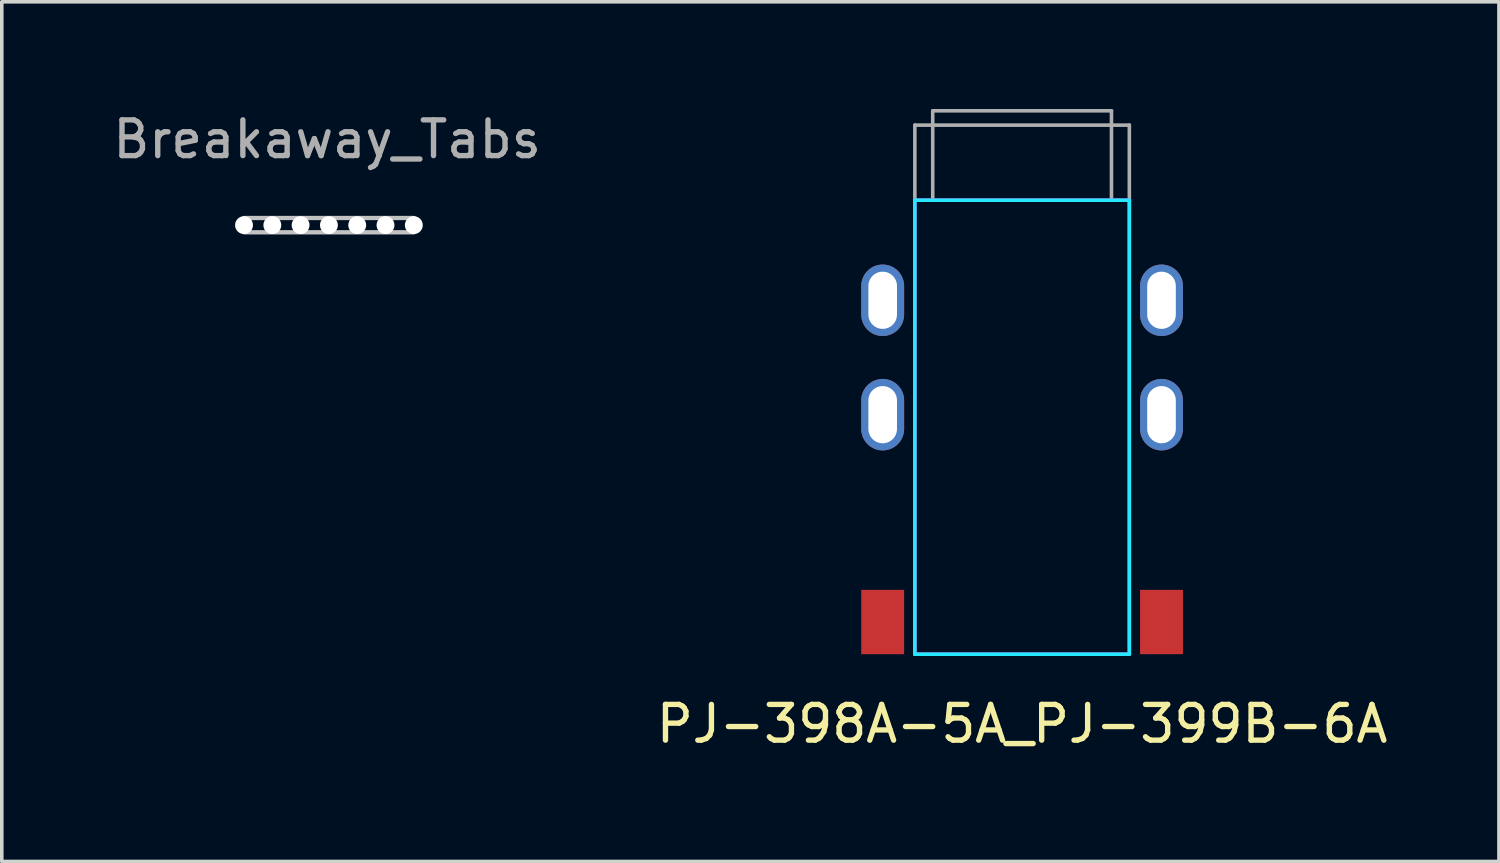
<source format=kicad_pcb>
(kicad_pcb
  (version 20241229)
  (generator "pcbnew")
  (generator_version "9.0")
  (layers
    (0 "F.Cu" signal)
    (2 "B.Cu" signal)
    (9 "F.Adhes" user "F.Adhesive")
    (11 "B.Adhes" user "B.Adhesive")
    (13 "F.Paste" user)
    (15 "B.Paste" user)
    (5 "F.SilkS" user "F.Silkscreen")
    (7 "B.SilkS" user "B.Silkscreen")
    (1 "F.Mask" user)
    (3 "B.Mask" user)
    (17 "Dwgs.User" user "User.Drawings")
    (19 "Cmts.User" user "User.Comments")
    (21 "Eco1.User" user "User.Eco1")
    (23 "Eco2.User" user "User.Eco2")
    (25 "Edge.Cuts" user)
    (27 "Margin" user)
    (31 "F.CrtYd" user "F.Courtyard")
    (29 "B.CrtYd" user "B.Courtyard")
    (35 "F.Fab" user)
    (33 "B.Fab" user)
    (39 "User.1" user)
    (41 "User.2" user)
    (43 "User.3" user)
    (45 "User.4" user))
  (footprint "PJ-398A-5A_PJ-399B-6A"
    (layer "F.Cu")
    (at 25.542 2.55)
    (property "Reference" "PJ-398A-5A_PJ-399B-6A" (at 0 14.65 0) (layer "F.SilkS") (effects (font (size 1 1) (thickness 0.15))))
    (attr through_hole)
    (fp_line (start -3 0) (end -3 12.7) (stroke (width 0.1) (type solid)) (layer "B.CrtYd"))
    (fp_line (start -3 0) (end 3 0) (stroke (width 0.1) (type solid)) (layer "B.CrtYd"))
    (fp_line (start -3 12.7) (end 3 12.7) (stroke (width 0.1) (type solid)) (layer "B.CrtYd"))
    (fp_line (start 3 0) (end 3 12.7) (stroke (width 0.1) (type solid)) (layer "B.CrtYd"))
    (fp_line (start -3 0) (end -3 12.7) (stroke (width 0.1) (type solid)) (layer "F.CrtYd"))
    (fp_line (start -3 0) (end 3 0) (stroke (width 0.1) (type solid)) (layer "F.CrtYd"))
    (fp_line (start -3 12.7) (end 3 12.7) (stroke (width 0.1) (type solid)) (layer "F.CrtYd"))
    (fp_line (start 3 0) (end 3 12.7) (stroke (width 0.1) (type solid)) (layer "F.CrtYd"))
    (fp_line (start -3 -2.1) (end 3 -2.1) (stroke (width 0.1) (type default)) (layer "F.Fab"))
    (fp_line (start -3 0) (end -3 -2.1) (stroke (width 0.1) (type default)) (layer "F.Fab"))
    (fp_line (start -2.5 -2.5) (end -2.5 0) (stroke (width 0.1) (type default)) (layer "F.Fab"))
    (fp_line (start -2.5 -2.5) (end 2.5 -2.5) (stroke (width 0.1) (type default)) (layer "F.Fab"))
    (fp_line (start 2.5 -2.5) (end 2.5 0) (stroke (width 0.1) (type default)) (layer "F.Fab"))
    (fp_line (start 3 0) (end 3 -2.1) (stroke (width 0.1) (type default)) (layer "F.Fab"))
    (pad "R" thru_hole oval (at -3.9 6) (size 1.2 2) (drill oval 0.8 1.6) (layers "*.Cu" "*.Mask"))
    (pad "R" thru_hole oval (at 3.9 6) (size 1.2 2) (drill oval 0.8 1.6) (layers "*.Cu" "*.Mask"))
    (pad "S" thru_hole oval (at -3.9 2.8) (size 1.2 2) (drill oval 0.8 1.6) (layers "*.Cu" "*.Mask"))
    (pad "S" thru_hole oval (at 3.9 2.8) (size 1.2 2) (drill oval 0.8 1.6) (layers "*.Cu" "*.Mask"))
    (pad "T" smd rect (at -3.9 11.8) (size 1.2 1.8) (layers "F.Cu" "F.Mask" "F.Paste"))
    (pad "T" smd rect (at 3.9 11.8) (size 1.2 1.8) (layers "F.Cu" "F.Mask" "F.Paste")))
  (footprint "Breakaway_Tabs"
    (layer "F.Cu")
    (at 6.151 3.248)
    (property "Reference" "Breakaway_Tabs" (at -0.05 -2.4 0) (layer "F.Fab") (effects (font (size 1 1) (thickness 0.15))))
    (attr through_hole)
    (fp_line (start -2.375 -0.2) (end 2.375 -0.2) (stroke (width 0.12) (type solid)) (layer "Dwgs.User"))
    (fp_line (start -2.375 0.2) (end 2.375 0.2) (stroke (width 0.12) (type solid)) (layer "Dwgs.User"))
    (pad "" np_thru_hole circle (at -2.375 0) (size 0.5 0.5) (drill 0.5) (layers "*.Cu" "*.Mask"))
    (pad "" np_thru_hole circle (at -1.583 0) (size 0.5 0.5) (drill 0.5) (layers "*.Cu" "*.Mask"))
    (pad "" np_thru_hole circle (at -0.792 0) (size 0.5 0.5) (drill 0.5) (layers "*.Cu" "*.Mask"))
    (pad "" np_thru_hole circle (at 0 0) (size 0.5 0.5) (drill 0.5) (layers "*.Cu" "*.Mask"))
    (pad "" np_thru_hole circle (at 0.792 0) (size 0.5 0.5) (drill 0.5) (layers "*.Cu" "*.Mask"))
    (pad "" np_thru_hole circle (at 1.583 0) (size 0.5 0.5) (drill 0.5) (layers "*.Cu" "*.Mask"))
    (pad "" np_thru_hole circle (at 2.375 0) (size 0.5 0.5) (drill 0.5) (layers "*.Cu" "*.Mask")))
  (gr_rect
    (start -3 -3)
    (end 38.881 21.048)
    (stroke (width 0.1) (type default))
    (fill no)
    (layer "Edge.Cuts")))
</source>
